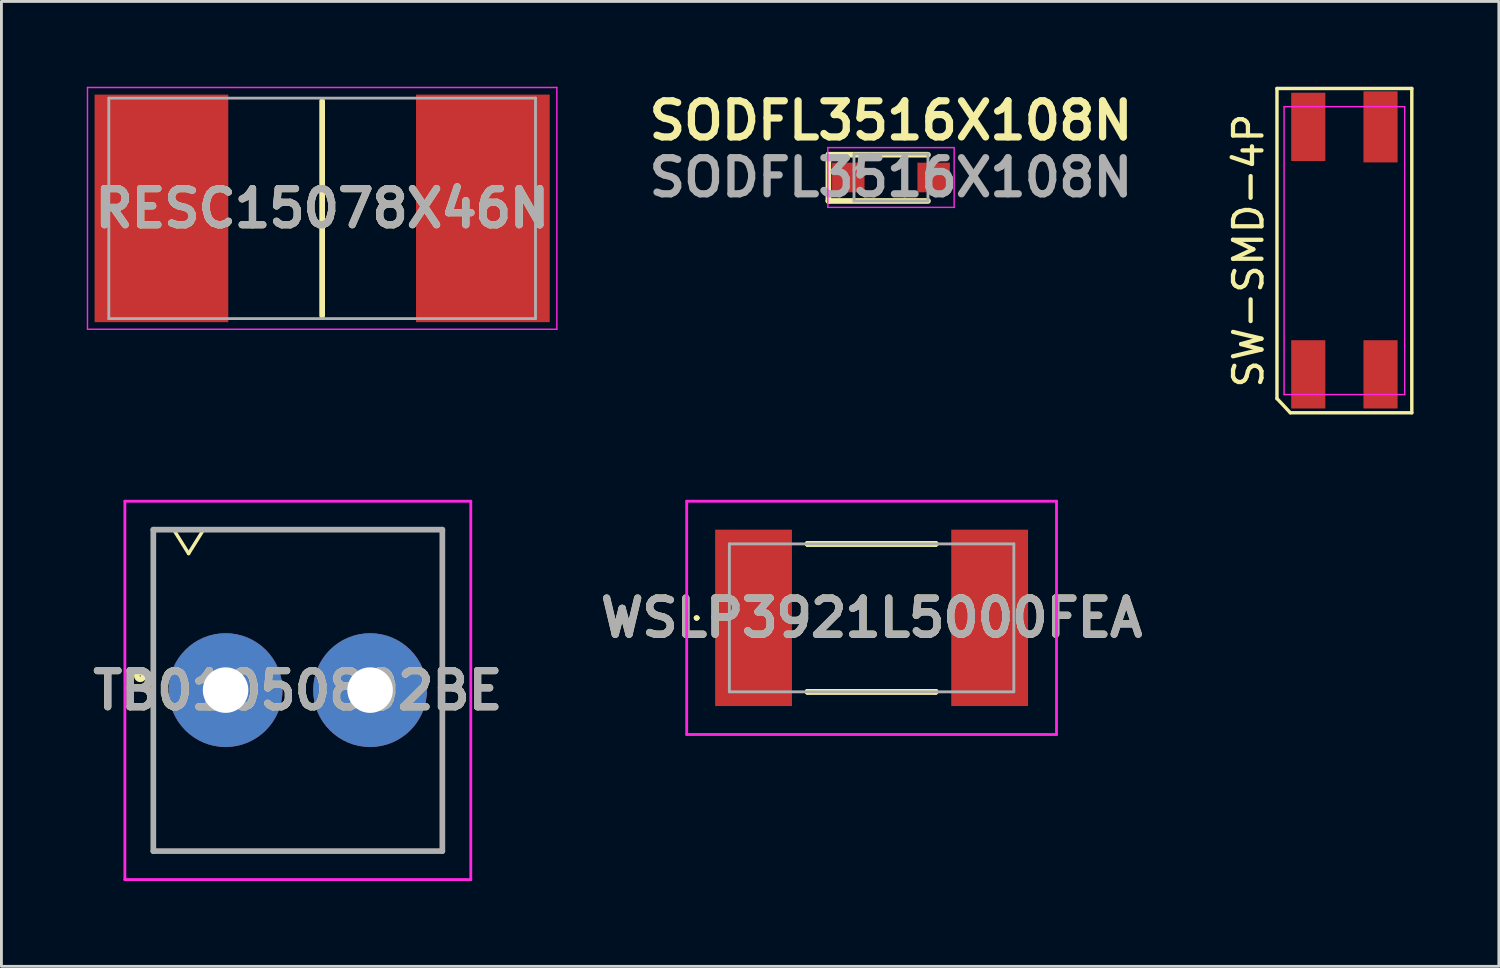
<source format=kicad_pcb>
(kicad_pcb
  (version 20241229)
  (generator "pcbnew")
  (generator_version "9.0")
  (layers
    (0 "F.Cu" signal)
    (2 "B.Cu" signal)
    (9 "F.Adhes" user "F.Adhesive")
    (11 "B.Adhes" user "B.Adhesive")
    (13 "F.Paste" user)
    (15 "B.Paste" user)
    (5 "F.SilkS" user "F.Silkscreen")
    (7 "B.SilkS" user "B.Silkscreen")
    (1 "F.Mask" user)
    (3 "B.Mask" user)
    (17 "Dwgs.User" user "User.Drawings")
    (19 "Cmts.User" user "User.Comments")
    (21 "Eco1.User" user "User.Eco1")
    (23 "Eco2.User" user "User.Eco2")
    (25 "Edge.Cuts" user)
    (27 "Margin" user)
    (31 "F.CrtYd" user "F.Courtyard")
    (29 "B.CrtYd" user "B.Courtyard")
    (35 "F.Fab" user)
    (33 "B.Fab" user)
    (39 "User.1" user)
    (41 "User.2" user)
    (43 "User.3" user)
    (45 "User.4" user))
  (footprint "RESC15078X46N"
    (layer "F.Cu")
    (at 8.275 4.275)
    (property "Reference" "RESC15078X46N" (at 0 0 0) (layer "F.SilkS") (effects (font (size 1.27 1.27) (thickness 0.254))))
    (attr smd)
    (fp_line (start 0 -3.775) (end 0 3.775) (stroke (width 0.2) (type solid)) (layer "F.SilkS"))
    (fp_line (start -8.25 -4.25) (end 8.25 -4.25) (stroke (width 0.05) (type solid)) (layer "F.CrtYd"))
    (fp_line (start -8.25 4.25) (end -8.25 -4.25) (stroke (width 0.05) (type solid)) (layer "F.CrtYd"))
    (fp_line (start 8.25 -4.25) (end 8.25 4.25) (stroke (width 0.05) (type solid)) (layer "F.CrtYd"))
    (fp_line (start 8.25 4.25) (end -8.25 4.25) (stroke (width 0.05) (type solid)) (layer "F.CrtYd"))
    (fp_line (start -7.5 -3.875) (end 7.5 -3.875) (stroke (width 0.1) (type solid)) (layer "F.Fab"))
    (fp_line (start -7.5 3.875) (end -7.5 -3.875) (stroke (width 0.1) (type solid)) (layer "F.Fab"))
    (fp_line (start 7.5 -3.875) (end 7.5 3.875) (stroke (width 0.1) (type solid)) (layer "F.Fab"))
    (fp_line (start 7.5 3.875) (end -7.5 3.875) (stroke (width 0.1) (type solid)) (layer "F.Fab"))
    (fp_text user "${REFERENCE}" (at 0 0 0) (layer "F.Fab") (effects (font (size 1.27 1.27) (thickness 0.254))))
    (pad "1" smd rect (at -5.65 0) (size 4.7 8) (layers "F.Cu" "F.Mask" "F.Paste"))
    (pad "2" smd rect (at 5.65 0) (size 4.7 8) (layers "F.Cu" "F.Mask" "F.Paste")))
  (footprint "SODFL3516X108N"
    (layer "F.Cu")
    (at 28.271 3.189)
    (property "Reference" "SODFL3516X108N" (at 0 -2 0) (layer "F.SilkS") (effects (font (size 1.27 1.27) (thickness 0.254))))
    (attr smd)
    (fp_line (start -2.2 -0.8) (end 1.3 -0.8) (stroke (width 0.2) (type solid)) (layer "F.SilkS"))
    (fp_line (start -2.2 0.825) (end -2.2 -0.8) (stroke (width 0.2) (type default)) (layer "F.SilkS"))
    (fp_line (start -2.2 0.825) (end 1.3 0.825) (stroke (width 0.2) (type solid)) (layer "F.SilkS"))
    (fp_line (start -2.22 -1.05) (end 2.22 -1.05) (stroke (width 0.05) (type solid)) (layer "F.CrtYd"))
    (fp_line (start -2.22 1.05) (end -2.22 -1.05) (stroke (width 0.05) (type solid)) (layer "F.CrtYd"))
    (fp_line (start 2.22 -1.05) (end 2.22 1.05) (stroke (width 0.05) (type solid)) (layer "F.CrtYd"))
    (fp_line (start 2.22 1.05) (end -2.22 1.05) (stroke (width 0.05) (type solid)) (layer "F.CrtYd"))
    (fp_line (start -1.3 -0.825) (end 1.3 -0.825) (stroke (width 0.1) (type solid)) (layer "F.Fab"))
    (fp_line (start -1.3 -0.255) (end -0.73 -0.825) (stroke (width 0.1) (type solid)) (layer "F.Fab"))
    (fp_line (start -1.3 0.825) (end -1.3 -0.825) (stroke (width 0.1) (type solid)) (layer "F.Fab"))
    (fp_line (start 1.3 -0.825) (end 1.3 0.825) (stroke (width 0.1) (type solid)) (layer "F.Fab"))
    (fp_line (start 1.3 0.825) (end -1.3 0.825) (stroke (width 0.1) (type solid)) (layer "F.Fab"))
    (fp_text user "${REFERENCE}" (at 0 0 0) (layer "F.Fab") (effects (font (size 1.27 1.27) (thickness 0.254))))
    (pad "1" smd rect (at -1.5 0 90) (size 1.04 1.14) (layers "F.Cu" "F.Mask" "F.Paste"))
    (pad "2" smd rect (at 1.5 0 90) (size 1.04 1.14) (layers "F.Cu" "F.Mask" "F.Paste")))
  (footprint "WSLP3921L5000FEA"
    (layer "F.Cu")
    (at 27.59 18.67)
    (property "Reference" "WSLP3921L5000FEA" (at 0 0 0) (layer "F.SilkS") (effects (font (size 1.27 1.27) (thickness 0.254))))
    (attr smd)
    (fp_line (start -6.2 0) (end -6.2 0) (stroke (width 0.1) (type solid)) (layer "F.SilkS"))
    (fp_line (start -6.2 0) (end -6.2 0) (stroke (width 0.1) (type solid)) (layer "F.SilkS"))
    (fp_line (start -6.1 0) (end -6.1 0) (stroke (width 0.1) (type solid)) (layer "F.SilkS"))
    (fp_line (start -2.25 -2.6) (end -2.25 -2.6) (stroke (width 0.2) (type solid)) (layer "F.SilkS"))
    (fp_line (start -2.25 -2.6) (end 2.25 -2.6) (stroke (width 0.2) (type solid)) (layer "F.SilkS"))
    (fp_line (start -2.25 2.6) (end -2.25 2.6) (stroke (width 0.2) (type solid)) (layer "F.SilkS"))
    (fp_line (start -2.25 2.6) (end 2.25 2.6) (stroke (width 0.2) (type solid)) (layer "F.SilkS"))
    (fp_line (start 2.25 -2.6) (end -2.25 -2.6) (stroke (width 0.2) (type solid)) (layer "F.SilkS"))
    (fp_line (start 2.25 -2.6) (end 2.25 -2.6) (stroke (width 0.2) (type solid)) (layer "F.SilkS"))
    (fp_line (start 2.25 2.6) (end -2.25 2.6) (stroke (width 0.2) (type solid)) (layer "F.SilkS"))
    (fp_line (start 2.25 2.6) (end 2.25 2.6) (stroke (width 0.2) (type solid)) (layer "F.SilkS"))
    (fp_arc (start -6.2 0) (mid -6.15 -0.05) (end -6.1 0) (stroke (width 0.1) (type solid)) (layer "F.SilkS"))
    (fp_arc (start -6.1 0) (mid -6.15 0.05) (end -6.2 0) (stroke (width 0.1) (type solid)) (layer "F.SilkS"))
    (fp_arc (start -6.1 0) (mid -6.15 0.05) (end -6.2 0) (stroke (width 0.1) (type solid)) (layer "F.SilkS"))
    (fp_line (start -6.5 -4.1) (end 6.5 -4.1) (stroke (width 0.1) (type solid)) (layer "F.CrtYd"))
    (fp_line (start -6.5 4.1) (end -6.5 -4.1) (stroke (width 0.1) (type solid)) (layer "F.CrtYd"))
    (fp_line (start 6.5 -4.1) (end 6.5 4.1) (stroke (width 0.1) (type solid)) (layer "F.CrtYd"))
    (fp_line (start 6.5 4.1) (end -6.5 4.1) (stroke (width 0.1) (type solid)) (layer "F.CrtYd"))
    (fp_line (start -5 -2.6) (end -5 2.6) (stroke (width 0.1) (type solid)) (layer "F.Fab"))
    (fp_line (start -5 2.6) (end 5 2.6) (stroke (width 0.1) (type solid)) (layer "F.Fab"))
    (fp_line (start 5 -2.6) (end -5 -2.6) (stroke (width 0.1) (type solid)) (layer "F.Fab"))
    (fp_line (start 5 2.6) (end 5 -2.6) (stroke (width 0.1) (type solid)) (layer "F.Fab"))
    (fp_text user "${REFERENCE}" (at 0 0 0) (layer "F.Fab") (effects (font (size 1.27 1.27) (thickness 0.254))))
    (pad "1" smd rect (at -4.15 0) (size 2.7 6.2) (layers "F.Cu" "F.Mask" "F.Paste"))
    (pad "2" smd rect (at 4.15 0) (size 2.7 6.2) (layers "F.Cu" "F.Mask" "F.Paste")))
  (footprint "SW-SMD-4P"
    (layer "F.Cu")
    (at 44.21 5.76)
    (property "Reference" "SW-SMD-4P" (at -3.37 0 90) (layer "F.SilkS") (effects (font (size 1 1) (thickness 0.15))))
    (attr smd)
    (fp_line (start -2.37 -5.7) (end 2.37 -5.7) (stroke (width 0.12) (type solid)) (layer "F.SilkS"))
    (fp_line (start -2.37 5.2) (end -2.37 -5.7) (stroke (width 0.12) (type solid)) (layer "F.SilkS"))
    (fp_line (start -1.9 5.7) (end -2.37 5.2) (stroke (width 0.12) (type solid)) (layer "F.SilkS"))
    (fp_line (start 2.37 -5.7) (end 2.37 5.7) (stroke (width 0.12) (type solid)) (layer "F.SilkS"))
    (fp_line (start 2.37 5.7) (end -1.9 5.7) (stroke (width 0.12) (type solid)) (layer "F.SilkS"))
    (fp_line (start -2.12 -5.06) (end 2.12 -5.06) (stroke (width 0.05) (type solid)) (layer "F.CrtYd"))
    (fp_line (start -2.12 5.06) (end -2.12 -5.06) (stroke (width 0.05) (type solid)) (layer "F.CrtYd"))
    (fp_line (start 2.12 -5.06) (end 2.12 5.06) (stroke (width 0.05) (type solid)) (layer "F.CrtYd"))
    (fp_line (start 2.12 5.06) (end -2.12 5.06) (stroke (width 0.05) (type solid)) (layer "F.CrtYd"))
    (pad "1" smd rect (at -1.27 4.35) (size 1.2 2.4) (layers "F.Cu" "F.Mask" "F.Paste"))
    (pad "2" smd rect (at 1.27 4.35) (size 1.2 2.4) (layers "F.Cu" "F.Mask" "F.Paste"))
    (pad "3" smd rect (at 1.27 -4.35) (size 1.2 2.5) (layers "F.Cu" "F.Mask" "F.Paste"))
    (pad "4" smd rect (at -1.27 -4.35) (size 1.2 2.4) (layers "F.Cu" "F.Mask" "F.Paste")))
  (footprint "TB01050802BE"
    (layer "F.Cu")
    (at 4.88 21.21)
    (property "Reference" "TB01050802BE" (at 2.54 0.01 0) (layer "F.SilkS") (effects (font (size 1.27 1.27) (thickness 0.254))))
    (attr through_hole)
    (fp_line (start -2.54 -5.64) (end 7.62 -5.64) (stroke (width 0.1) (type solid)) (layer "F.SilkS"))
    (fp_line (start -2.54 5.66) (end -2.54 -5.64) (stroke (width 0.1) (type solid)) (layer "F.SilkS"))
    (fp_line (start -1.8 -5.6) (end -1.3 -4.8) (stroke (width 0.12) (type solid)) (layer "F.SilkS"))
    (fp_line (start -1.3 -4.8) (end -0.8 -5.6) (stroke (width 0.12) (type solid)) (layer "F.SilkS"))
    (fp_line (start 7.62 -5.64) (end 7.62 5.66) (stroke (width 0.1) (type solid)) (layer "F.SilkS"))
    (fp_line (start 7.62 5.66) (end -2.54 5.66) (stroke (width 0.1) (type solid)) (layer "F.SilkS"))
    (fp_circle (center -3 -0.5) (end -2.88 -0.5) (stroke (width 0.2) (type solid)) (fill no) (layer "F.SilkS"))
    (fp_line (start -3.54 -6.64) (end 8.62 -6.64) (stroke (width 0.1) (type solid)) (layer "F.CrtYd"))
    (fp_line (start -3.54 6.66) (end -3.54 -6.64) (stroke (width 0.1) (type solid)) (layer "F.CrtYd"))
    (fp_line (start 8.62 -6.64) (end 8.62 6.66) (stroke (width 0.1) (type solid)) (layer "F.CrtYd"))
    (fp_line (start 8.62 6.66) (end -3.54 6.66) (stroke (width 0.1) (type solid)) (layer "F.CrtYd"))
    (fp_line (start -2.54 -5.64) (end 7.62 -5.64) (stroke (width 0.2) (type solid)) (layer "F.Fab"))
    (fp_line (start -2.54 5.66) (end -2.54 -5.64) (stroke (width 0.2) (type solid)) (layer "F.Fab"))
    (fp_line (start 7.62 -5.64) (end 7.62 5.66) (stroke (width 0.2) (type solid)) (layer "F.Fab"))
    (fp_line (start 7.62 5.66) (end -2.54 5.66) (stroke (width 0.2) (type solid)) (layer "F.Fab"))
    (fp_text user "${REFERENCE}" (at 2.54 0.01 0) (layer "F.Fab") (effects (font (size 1.27 1.27) (thickness 0.254))))
    (pad "1" thru_hole circle (at 0 0) (size 4 4) (drill 1.6) (layers "*.Cu" "*.Mask"))
    (pad "2" thru_hole circle (at 5.08 0) (size 4 4) (drill 1.6) (layers "*.Cu" "*.Mask")))
  (gr_rect
    (start -3 -3)
    (end 49.64 30.92)
    (stroke (width 0.1) (type default))
    (fill no)
    (layer "Edge.Cuts")))
</source>
